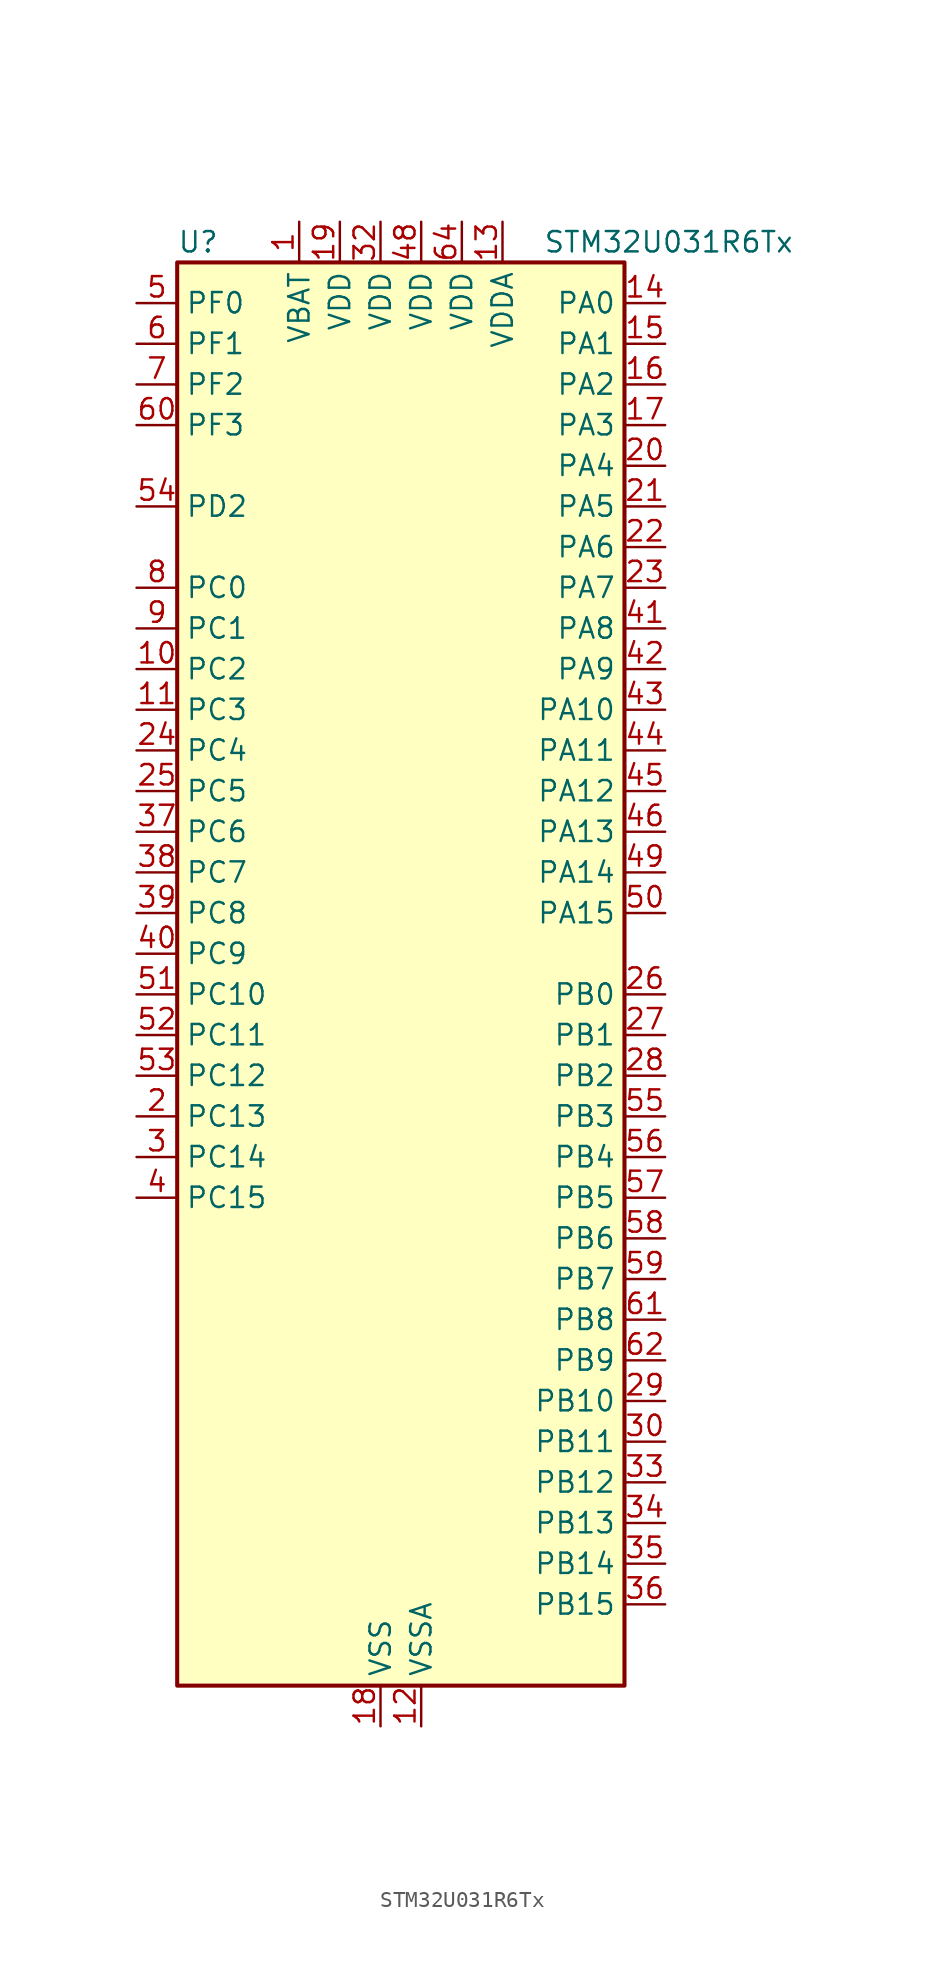
<source format=kicad_sym>
(kicad_symbol_lib
  (version 20231120)
  (generator "kicad_symbol_editor")
  (generator_version "8.99")
  (symbol "STM32U031R6Tx"
    (property "Reference" "U"
      (at -12.7 46.99 0)
      (effects (font (size 1.27 1.27)) (justify left)))
    (property "Value" "STM32U031R6Tx"
      (at 10.16 46.99 0)
      (effects (font (size 1.27 1.27)) (justify left)))
    (property "ki_locked" ""
      (at 0 0 0)
      (effects (font (size 1.27 1.27))))
    (symbol "STM32U031R6Tx_0_1"
      (rectangle (start -12.7 -43.18) (end 15.24 45.72) (stroke (width 0.254) (type default)) (fill (type background))))
    (symbol "STM32U031R6Tx_1_1"
      (pin power_in line (at -5.08 48.26 270) (length 2.54) (name "VBAT" (effects (font (size 1.27 1.27)))) (number "1" (effects (font (size 1.27 1.27)))))
      (pin bidirectional line (at -15.24 20.32 0) (length 2.54) (name "PC2" (effects (font (size 1.27 1.27)))) (number "10" (effects (font (size 1.27 1.27)))) (alternate "ADC1_IN2" bidirectional line) (alternate "LPTIM1_IN2" bidirectional line) (alternate "RCC_MCO2" bidirectional line) (alternate "SPI2_MISO" bidirectional line))
      (pin bidirectional line (at -15.24 17.78 0) (length 2.54) (name "PC3" (effects (font (size 1.27 1.27)))) (number "11" (effects (font (size 1.27 1.27)))) (alternate "ADC1_IN3" bidirectional line) (alternate "LPTIM1_ETR" bidirectional line) (alternate "LPTIM2_ETR" bidirectional line) (alternate "SPI2_MOSI" bidirectional line) (alternate "USART4_CK" bidirectional line))
      (pin power_in line (at 2.54 -45.72 90) (length 2.54) (name "VSSA" (effects (font (size 1.27 1.27)))) (number "12" (effects (font (size 1.27 1.27)))))
      (pin power_in line (at 7.62 48.26 270) (length 2.54) (name "VDDA" (effects (font (size 1.27 1.27)))) (number "13" (effects (font (size 1.27 1.27)))))
      (pin bidirectional line (at 17.78 43.18 180) (length 2.54) (name "PA0" (effects (font (size 1.27 1.27)))) (number "14" (effects (font (size 1.27 1.27)))) (alternate "ADC1_IN4" bidirectional line) (alternate "COMP1_INM" bidirectional line) (alternate "COMP1_OUT" bidirectional line) (alternate "OPAMP1_VINP" bidirectional line) (alternate "PWR_WKUP1" bidirectional line) (alternate "TAMP_IN2" bidirectional line) (alternate "TIM2_CH1" bidirectional line) (alternate "TIM2_ETR" bidirectional line) (alternate "USART2_CTS" bidirectional line) (alternate "USART4_TX" bidirectional line))
      (pin bidirectional line (at 17.78 40.64 180) (length 2.54) (name "PA1" (effects (font (size 1.27 1.27)))) (number "15" (effects (font (size 1.27 1.27)))) (alternate "ADC1_IN5" bidirectional line) (alternate "COMP1_INP" bidirectional line) (alternate "LPTIM1_CH2" bidirectional line) (alternate "OPAMP1_VINM" bidirectional line) (alternate "PWR_WKUP3" bidirectional line) (alternate "SPI1_SCK" bidirectional line) (alternate "SPI2_SCK" bidirectional line) (alternate "TAMP_IN5" bidirectional line) (alternate "TIM15_CH1N" bidirectional line) (alternate "TIM2_CH2" bidirectional line) (alternate "USART2_DE" bidirectional line) (alternate "USART2_RTS" bidirectional line) (alternate "USART4_RX" bidirectional line))
      (pin bidirectional line (at 17.78 38.1 180) (length 2.54) (name "PA2" (effects (font (size 1.27 1.27)))) (number "16" (effects (font (size 1.27 1.27)))) (alternate "ADC1_IN6" bidirectional line) (alternate "LPUART1_TX" bidirectional line) (alternate "PWR_WKUP4" bidirectional line) (alternate "RCC_LSCO" bidirectional line) (alternate "TIM15_CH1" bidirectional line) (alternate "TIM2_CH3" bidirectional line) (alternate "USART2_TX" bidirectional line))
      (pin bidirectional line (at 17.78 35.56 180) (length 2.54) (name "PA3" (effects (font (size 1.27 1.27)))) (number "17" (effects (font (size 1.27 1.27)))) (alternate "ADC1_IN7" bidirectional line) (alternate "LPUART1_RX" bidirectional line) (alternate "OPAMP1_VOUT" bidirectional line) (alternate "TIM15_CH2" bidirectional line) (alternate "TIM2_CH4" bidirectional line) (alternate "USART2_RX" bidirectional line))
      (pin power_in line (at 0 -45.72 90) (length 2.54) (name "VSS" (effects (font (size 1.27 1.27)))) (number "18" (effects (font (size 1.27 1.27)))))
      (pin power_in line (at -2.54 48.26 270) (length 2.54) (name "VDD" (effects (font (size 1.27 1.27)))) (number "19" (effects (font (size 1.27 1.27)))))
      (pin bidirectional line (at -15.24 -7.62 0) (length 2.54) (name "PC13" (effects (font (size 1.27 1.27)))) (number "2" (effects (font (size 1.27 1.27)))) (alternate "LPTIM1_CH3" bidirectional line) (alternate "PWR_WKUP2" bidirectional line) (alternate "RTC_OUT1" bidirectional line) (alternate "RTC_TS" bidirectional line) (alternate "TAMP_IN1" bidirectional line))
      (pin bidirectional line (at 17.78 33.02 180) (length 2.54) (name "PA4" (effects (font (size 1.27 1.27)))) (number "20" (effects (font (size 1.27 1.27)))) (alternate "ADC1_IN8" bidirectional line) (alternate "COMP1_INM" bidirectional line) (alternate "DAC1_OUT1" bidirectional line) (alternate "LPTIM2_CH1" bidirectional line) (alternate "SPI1_NSS" bidirectional line) (alternate "USART2_CK" bidirectional line))
      (pin bidirectional line (at 17.78 30.48 180) (length 2.54) (name "PA5" (effects (font (size 1.27 1.27)))) (number "21" (effects (font (size 1.27 1.27)))) (alternate "ADC1_IN9" bidirectional line) (alternate "COMP1_INM" bidirectional line) (alternate "LPTIM2_ETR" bidirectional line) (alternate "SPI1_SCK" bidirectional line) (alternate "TIM2_CH1" bidirectional line) (alternate "TIM2_ETR" bidirectional line) (alternate "USART3_TX" bidirectional line))
      (pin bidirectional line (at 17.78 27.94 180) (length 2.54) (name "PA6" (effects (font (size 1.27 1.27)))) (number "22" (effects (font (size 1.27 1.27)))) (alternate "ADC1_IN10" bidirectional line) (alternate "COMP1_OUT" bidirectional line) (alternate "I2C2_SDA" bidirectional line) (alternate "I2C3_SDA" bidirectional line) (alternate "LPUART1_CTS" bidirectional line) (alternate "SPI1_MISO" bidirectional line) (alternate "TIM16_CH1" bidirectional line) (alternate "TIM1_BKIN" bidirectional line) (alternate "TIM3_CH1" bidirectional line) (alternate "TSC_G5_IO1" bidirectional line) (alternate "USART3_CTS" bidirectional line))
      (pin bidirectional line (at 17.78 25.4 180) (length 2.54) (name "PA7" (effects (font (size 1.27 1.27)))) (number "23" (effects (font (size 1.27 1.27)))) (alternate "ADC1_IN14" bidirectional line) (alternate "I2C2_SCL" bidirectional line) (alternate "I2C3_SCL" bidirectional line) (alternate "LPTIM2_CH2" bidirectional line) (alternate "SPI1_MOSI" bidirectional line) (alternate "TIM1_CH1N" bidirectional line) (alternate "TIM3_CH2" bidirectional line) (alternate "USART3_RX" bidirectional line))
      (pin bidirectional line (at -15.24 15.24 0) (length 2.54) (name "PC4" (effects (font (size 1.27 1.27)))) (number "24" (effects (font (size 1.27 1.27)))) (alternate "ADC1_IN15" bidirectional line) (alternate "COMP1_INM" bidirectional line) (alternate "USART3_TX" bidirectional line))
      (pin bidirectional line (at -15.24 12.7 0) (length 2.54) (name "PC5" (effects (font (size 1.27 1.27)))) (number "25" (effects (font (size 1.27 1.27)))) (alternate "ADC1_IN16" bidirectional line) (alternate "COMP1_INP" bidirectional line) (alternate "PWR_WKUP5" bidirectional line) (alternate "TAMP_IN4" bidirectional line) (alternate "USART3_RX" bidirectional line))
      (pin bidirectional line (at 17.78 0 180) (length 2.54) (name "PB0" (effects (font (size 1.27 1.27)))) (number "26" (effects (font (size 1.27 1.27)))) (alternate "ADC1_IN17" bidirectional line) (alternate "COMP1_OUT" bidirectional line) (alternate "LPUART2_CTS" bidirectional line) (alternate "SPI1_NSS" bidirectional line) (alternate "TIM1_CH2N" bidirectional line) (alternate "TIM3_CH3" bidirectional line) (alternate "TSC_G5_IO2" bidirectional line) (alternate "USART3_CK" bidirectional line))
      (pin bidirectional line (at 17.78 -2.54 180) (length 2.54) (name "PB1" (effects (font (size 1.27 1.27)))) (number "27" (effects (font (size 1.27 1.27)))) (alternate "ADC1_IN18" bidirectional line) (alternate "COMP1_INM" bidirectional line) (alternate "LPTIM2_IN1" bidirectional line) (alternate "LPUART1_DE" bidirectional line) (alternate "LPUART1_RTS" bidirectional line) (alternate "LPUART2_DE" bidirectional line) (alternate "LPUART2_RTS" bidirectional line) (alternate "TIM1_CH3N" bidirectional line) (alternate "TIM3_CH4" bidirectional line) (alternate "TSC_SYNC" bidirectional line) (alternate "USART3_DE" bidirectional line) (alternate "USART3_RTS" bidirectional line))
      (pin bidirectional line (at 17.78 -5.08 180) (length 2.54) (name "PB2" (effects (font (size 1.27 1.27)))) (number "28" (effects (font (size 1.27 1.27)))) (alternate "COMP1_INP" bidirectional line) (alternate "LPTIM1_CH1" bidirectional line) (alternate "RTC_OUT2" bidirectional line))
      (pin bidirectional line (at 17.78 -25.4 180) (length 2.54) (name "PB10" (effects (font (size 1.27 1.27)))) (number "29" (effects (font (size 1.27 1.27)))) (alternate "COMP1_OUT" bidirectional line) (alternate "I2C2_SCL" bidirectional line) (alternate "LPUART1_RX" bidirectional line) (alternate "LPUART2_RX" bidirectional line) (alternate "SPI2_SCK" bidirectional line) (alternate "TIM2_CH3" bidirectional line) (alternate "TSC_G5_IO3" bidirectional line) (alternate "USART3_TX" bidirectional line))
      (pin bidirectional line (at -15.24 -10.16 0) (length 2.54) (name "PC14" (effects (font (size 1.27 1.27)))) (number "3" (effects (font (size 1.27 1.27)))) (alternate "RCC_OSC32_IN" bidirectional line))
      (pin bidirectional line (at 17.78 -27.94 180) (length 2.54) (name "PB11" (effects (font (size 1.27 1.27)))) (number "30" (effects (font (size 1.27 1.27)))) (alternate "ADC1_EXTI11" bidirectional line) (alternate "I2C2_SDA" bidirectional line) (alternate "LPUART1_TX" bidirectional line) (alternate "LPUART2_TX" bidirectional line) (alternate "TIM2_CH4" bidirectional line) (alternate "TSC_G5_IO4" bidirectional line) (alternate "USART3_RX" bidirectional line))
      (pin passive line (at 0 -45.72 90) (length 2.54) hide (name "VSS" (effects (font (size 1.27 1.27)))) (number "31" (effects (font (size 1.27 1.27)))))
      (pin power_in line (at 0 48.26 270) (length 2.54) (name "VDD" (effects (font (size 1.27 1.27)))) (number "32" (effects (font (size 1.27 1.27)))))
      (pin bidirectional line (at 17.78 -30.48 180) (length 2.54) (name "PB12" (effects (font (size 1.27 1.27)))) (number "33" (effects (font (size 1.27 1.27)))) (alternate "LPUART1_DE" bidirectional line) (alternate "LPUART1_RTS" bidirectional line) (alternate "SPI2_NSS" bidirectional line) (alternate "TIM15_BKIN" bidirectional line) (alternate "TIM1_BKIN" bidirectional line) (alternate "TSC_G1_IO1" bidirectional line) (alternate "USART3_CK" bidirectional line))
      (pin bidirectional line (at 17.78 -33.02 180) (length 2.54) (name "PB13" (effects (font (size 1.27 1.27)))) (number "34" (effects (font (size 1.27 1.27)))) (alternate "I2C2_SCL" bidirectional line) (alternate "LPUART1_CTS" bidirectional line) (alternate "SPI2_SCK" bidirectional line) (alternate "TIM15_CH1N" bidirectional line) (alternate "TIM1_CH1N" bidirectional line) (alternate "TSC_G1_IO2" bidirectional line) (alternate "USART3_CTS" bidirectional line))
      (pin bidirectional line (at 17.78 -35.56 180) (length 2.54) (name "PB14" (effects (font (size 1.27 1.27)))) (number "35" (effects (font (size 1.27 1.27)))) (alternate "I2C2_SDA" bidirectional line) (alternate "SPI2_MISO" bidirectional line) (alternate "TIM15_CH1" bidirectional line) (alternate "TIM1_CH2N" bidirectional line) (alternate "TSC_G1_IO3" bidirectional line) (alternate "USART3_DE" bidirectional line) (alternate "USART3_RTS" bidirectional line))
      (pin bidirectional line (at 17.78 -38.1 180) (length 2.54) (name "PB15" (effects (font (size 1.27 1.27)))) (number "36" (effects (font (size 1.27 1.27)))) (alternate "PWR_WKUP7" bidirectional line) (alternate "RTC_REFIN" bidirectional line) (alternate "SPI2_MOSI" bidirectional line) (alternate "TAMP_IN3" bidirectional line) (alternate "TIM15_CH2" bidirectional line) (alternate "TIM1_CH3N" bidirectional line) (alternate "TSC_G1_IO4" bidirectional line))
      (pin bidirectional line (at -15.24 10.16 0) (length 2.54) (name "PC6" (effects (font (size 1.27 1.27)))) (number "37" (effects (font (size 1.27 1.27)))) (alternate "COMP1_INP" bidirectional line) (alternate "LPUART2_TX" bidirectional line) (alternate "TIM3_CH1" bidirectional line) (alternate "TSC_G4_IO1" bidirectional line))
      (pin bidirectional line (at -15.24 7.62 0) (length 2.54) (name "PC7" (effects (font (size 1.27 1.27)))) (number "38" (effects (font (size 1.27 1.27)))) (alternate "LPTIM2_CH2" bidirectional line) (alternate "LPUART2_RX" bidirectional line) (alternate "TIM3_CH2" bidirectional line) (alternate "TSC_G4_IO2" bidirectional line))
      (pin bidirectional line (at -15.24 5.08 0) (length 2.54) (name "PC8" (effects (font (size 1.27 1.27)))) (number "39" (effects (font (size 1.27 1.27)))) (alternate "TIM3_CH3" bidirectional line) (alternate "TSC_G4_IO3" bidirectional line))
      (pin bidirectional line (at -15.24 -12.7 0) (length 2.54) (name "PC15" (effects (font (size 1.27 1.27)))) (number "4" (effects (font (size 1.27 1.27)))) (alternate "RCC_OSC32_EN" bidirectional line) (alternate "RCC_OSC32_OUT" bidirectional line) (alternate "RCC_OSC_EN" bidirectional line))
      (pin bidirectional line (at -15.24 2.54 0) (length 2.54) (name "PC9" (effects (font (size 1.27 1.27)))) (number "40" (effects (font (size 1.27 1.27)))) (alternate "DAC1_EXTI9" bidirectional line) (alternate "TIM3_CH4" bidirectional line) (alternate "TSC_G4_IO4" bidirectional line))
      (pin bidirectional line (at 17.78 22.86 180) (length 2.54) (name "PA8" (effects (font (size 1.27 1.27)))) (number "41" (effects (font (size 1.27 1.27)))) (alternate "LPTIM2_CH1" bidirectional line) (alternate "RCC_MCO" bidirectional line) (alternate "RCC_MCO2" bidirectional line) (alternate "TIM1_CH1" bidirectional line) (alternate "TSC_G7_IO1" bidirectional line) (alternate "USART1_CK" bidirectional line))
      (pin bidirectional line (at 17.78 20.32 180) (length 2.54) (name "PA9" (effects (font (size 1.27 1.27)))) (number "42" (effects (font (size 1.27 1.27)))) (alternate "COMP1_INP" bidirectional line) (alternate "DAC1_EXTI9" bidirectional line) (alternate "I2C1_SCL" bidirectional line) (alternate "I2C2_SCL" bidirectional line) (alternate "RCC_MCO" bidirectional line) (alternate "TIM15_BKIN" bidirectional line) (alternate "TIM1_CH2" bidirectional line) (alternate "TSC_G7_IO2" bidirectional line) (alternate "USART1_TX" bidirectional line))
      (pin bidirectional line (at 17.78 17.78 180) (length 2.54) (name "PA10" (effects (font (size 1.27 1.27)))) (number "43" (effects (font (size 1.27 1.27)))) (alternate "I2C1_SDA" bidirectional line) (alternate "I2C2_SDA" bidirectional line) (alternate "RCC_MCO2" bidirectional line) (alternate "SPI2_NSS" bidirectional line) (alternate "TIM1_CH3" bidirectional line) (alternate "TSC_G7_IO3" bidirectional line) (alternate "USART1_RX" bidirectional line))
      (pin bidirectional line (at 17.78 15.24 180) (length 2.54) (name "PA11" (effects (font (size 1.27 1.27)))) (number "44" (effects (font (size 1.27 1.27)))) (alternate "ADC1_EXTI11" bidirectional line) (alternate "COMP1_OUT" bidirectional line) (alternate "SPI1_MISO" bidirectional line) (alternate "SPI2_MISO" bidirectional line) (alternate "TIM1_BKIN2" bidirectional line) (alternate "TIM1_CH4" bidirectional line) (alternate "USART1_CTS" bidirectional line))
      (pin bidirectional line (at 17.78 12.7 180) (length 2.54) (name "PA12" (effects (font (size 1.27 1.27)))) (number "45" (effects (font (size 1.27 1.27)))) (alternate "SPI1_MOSI" bidirectional line) (alternate "SPI2_MOSI" bidirectional line) (alternate "TIM1_ETR" bidirectional line) (alternate "USART1_DE" bidirectional line) (alternate "USART1_RTS" bidirectional line))
      (pin bidirectional line (at 17.78 10.16 180) (length 2.54) (name "PA13" (effects (font (size 1.27 1.27)))) (number "46" (effects (font (size 1.27 1.27)))) (alternate "DEBUG_JTMS-SWDIO" bidirectional line) (alternate "IR_OUT" bidirectional line) (alternate "TSC_G7_IO4" bidirectional line))
      (pin passive line (at 0 -45.72 90) (length 2.54) hide (name "VSS" (effects (font (size 1.27 1.27)))) (number "47" (effects (font (size 1.27 1.27)))))
      (pin power_in line (at 2.54 48.26 270) (length 2.54) (name "VDD" (effects (font (size 1.27 1.27)))) (number "48" (effects (font (size 1.27 1.27)))))
      (pin bidirectional line (at 17.78 7.62 180) (length 2.54) (name "PA14" (effects (font (size 1.27 1.27)))) (number "49" (effects (font (size 1.27 1.27)))) (alternate "DEBUG_JTCK-SWCLK" bidirectional line) (alternate "LPTIM1_CH1" bidirectional line) (alternate "TSC_G3_IO4" bidirectional line))
      (pin bidirectional line (at -15.24 43.18 0) (length 2.54) (name "PF0" (effects (font (size 1.27 1.27)))) (number "5" (effects (font (size 1.27 1.27)))) (alternate "RCC_OSC_IN" bidirectional line))
      (pin bidirectional line (at 17.78 5.08 180) (length 2.54) (name "PA15" (effects (font (size 1.27 1.27)))) (number "50" (effects (font (size 1.27 1.27)))) (alternate "DEBUG_JTDI" bidirectional line) (alternate "SPI1_NSS" bidirectional line) (alternate "TIM2_CH1" bidirectional line) (alternate "TIM2_ETR" bidirectional line) (alternate "TSC_G3_IO1" bidirectional line) (alternate "USART2_RX" bidirectional line) (alternate "USART3_DE" bidirectional line) (alternate "USART3_RTS" bidirectional line) (alternate "USART4_DE" bidirectional line) (alternate "USART4_RTS" bidirectional line))
      (pin bidirectional line (at -15.24 0 0) (length 2.54) (name "PC10" (effects (font (size 1.27 1.27)))) (number "51" (effects (font (size 1.27 1.27)))) (alternate "TSC_G3_IO2" bidirectional line) (alternate "USART3_TX" bidirectional line) (alternate "USART4_TX" bidirectional line))
      (pin bidirectional line (at -15.24 -2.54 0) (length 2.54) (name "PC11" (effects (font (size 1.27 1.27)))) (number "52" (effects (font (size 1.27 1.27)))) (alternate "ADC1_EXTI11" bidirectional line) (alternate "TSC_G3_IO3" bidirectional line) (alternate "USART3_RX" bidirectional line) (alternate "USART4_RX" bidirectional line))
      (pin bidirectional line (at -15.24 -5.08 0) (length 2.54) (name "PC12" (effects (font (size 1.27 1.27)))) (number "53" (effects (font (size 1.27 1.27)))) (alternate "USART3_CK" bidirectional line) (alternate "USART4_CK" bidirectional line))
      (pin bidirectional line (at -15.24 30.48 0) (length 2.54) (name "PD2" (effects (font (size 1.27 1.27)))) (number "54" (effects (font (size 1.27 1.27)))) (alternate "TIM3_ETR" bidirectional line) (alternate "TSC_SYNC" bidirectional line) (alternate "USART3_DE" bidirectional line) (alternate "USART3_RTS" bidirectional line))
      (pin bidirectional line (at 17.78 -7.62 180) (length 2.54) (name "PB3" (effects (font (size 1.27 1.27)))) (number "55" (effects (font (size 1.27 1.27)))) (alternate "DEBUG_JTDO-SWO" bidirectional line) (alternate "I2C2_SCL" bidirectional line) (alternate "I2C3_SCL" bidirectional line) (alternate "LPTIM1_CH3" bidirectional line) (alternate "SPI1_SCK" bidirectional line) (alternate "TIM2_CH2" bidirectional line) (alternate "USART1_DE" bidirectional line) (alternate "USART1_RTS" bidirectional line))
      (pin bidirectional line (at 17.78 -10.16 180) (length 2.54) (name "PB4" (effects (font (size 1.27 1.27)))) (number "56" (effects (font (size 1.27 1.27)))) (alternate "I2C2_SDA" bidirectional line) (alternate "I2C3_SDA" bidirectional line) (alternate "LPTIM1_CH4" bidirectional line) (alternate "SPI1_MISO" bidirectional line) (alternate "TIM3_CH1" bidirectional line) (alternate "TSC_G2_IO1" bidirectional line) (alternate "USART1_CTS" bidirectional line))
      (pin bidirectional line (at 17.78 -12.7 180) (length 2.54) (name "PB5" (effects (font (size 1.27 1.27)))) (number "57" (effects (font (size 1.27 1.27)))) (alternate "LPTIM1_IN1" bidirectional line) (alternate "SPI1_MOSI" bidirectional line) (alternate "TIM16_BKIN" bidirectional line) (alternate "TIM3_CH2" bidirectional line) (alternate "TSC_G2_IO2" bidirectional line) (alternate "USART1_CK" bidirectional line))
      (pin bidirectional line (at 17.78 -15.24 180) (length 2.54) (name "PB6" (effects (font (size 1.27 1.27)))) (number "58" (effects (font (size 1.27 1.27)))) (alternate "I2C1_SCL" bidirectional line) (alternate "I2C2_SCL" bidirectional line) (alternate "LPTIM1_ETR" bidirectional line) (alternate "LPUART2_TX" bidirectional line) (alternate "TIM16_CH1N" bidirectional line) (alternate "TSC_G2_IO3" bidirectional line) (alternate "USART1_TX" bidirectional line))
      (pin bidirectional line (at 17.78 -17.78 180) (length 2.54) (name "PB7" (effects (font (size 1.27 1.27)))) (number "59" (effects (font (size 1.27 1.27)))) (alternate "I2C1_SDA" bidirectional line) (alternate "I2C2_SDA" bidirectional line) (alternate "LPTIM1_IN2" bidirectional line) (alternate "LPUART2_RX" bidirectional line) (alternate "TSC_G2_IO4" bidirectional line) (alternate "USART1_RX" bidirectional line) (alternate "USART4_CTS" bidirectional line))
      (pin bidirectional line (at -15.24 40.64 0) (length 2.54) (name "PF1" (effects (font (size 1.27 1.27)))) (number "6" (effects (font (size 1.27 1.27)))) (alternate "RCC_OSC_EN" bidirectional line) (alternate "RCC_OSC_OUT" bidirectional line))
      (pin bidirectional line (at -15.24 35.56 0) (length 2.54) (name "PF3" (effects (font (size 1.27 1.27)))) (number "60" (effects (font (size 1.27 1.27)))))
      (pin bidirectional line (at 17.78 -20.32 180) (length 2.54) (name "PB8" (effects (font (size 1.27 1.27)))) (number "61" (effects (font (size 1.27 1.27)))) (alternate "I2C1_SCL" bidirectional line) (alternate "I2C2_SCL" bidirectional line) (alternate "LPTIM1_IN2" bidirectional line) (alternate "TIM16_CH1" bidirectional line) (alternate "USART3_TX" bidirectional line))
      (pin bidirectional line (at 17.78 -22.86 180) (length 2.54) (name "PB9" (effects (font (size 1.27 1.27)))) (number "62" (effects (font (size 1.27 1.27)))) (alternate "DAC1_EXTI9" bidirectional line) (alternate "I2C1_SDA" bidirectional line) (alternate "I2C2_SDA" bidirectional line) (alternate "IR_OUT" bidirectional line) (alternate "LPTIM1_CH4" bidirectional line) (alternate "SPI2_NSS" bidirectional line) (alternate "USART3_RX" bidirectional line))
      (pin passive line (at 0 -45.72 90) (length 2.54) hide (name "VSS" (effects (font (size 1.27 1.27)))) (number "63" (effects (font (size 1.27 1.27)))))
      (pin power_in line (at 5.08 48.26 270) (length 2.54) (name "VDD" (effects (font (size 1.27 1.27)))) (number "64" (effects (font (size 1.27 1.27)))))
      (pin bidirectional line (at -15.24 38.1 0) (length 2.54) (name "PF2" (effects (font (size 1.27 1.27)))) (number "7" (effects (font (size 1.27 1.27)))) (alternate "RCC_MCO" bidirectional line))
      (pin bidirectional line (at -15.24 25.4 0) (length 2.54) (name "PC0" (effects (font (size 1.27 1.27)))) (number "8" (effects (font (size 1.27 1.27)))) (alternate "ADC1_IN0" bidirectional line) (alternate "I2C3_SCL" bidirectional line) (alternate "LPTIM1_IN1" bidirectional line) (alternate "LPTIM2_IN1" bidirectional line) (alternate "LPUART1_RX" bidirectional line) (alternate "LPUART2_TX" bidirectional line))
      (pin bidirectional line (at -15.24 22.86 0) (length 2.54) (name "PC1" (effects (font (size 1.27 1.27)))) (number "9" (effects (font (size 1.27 1.27)))) (alternate "ADC1_IN1" bidirectional line) (alternate "I2C3_SDA" bidirectional line) (alternate "LPTIM1_CH1" bidirectional line) (alternate "LPUART1_TX" bidirectional line) (alternate "LPUART2_RX" bidirectional line)))))
</source>
